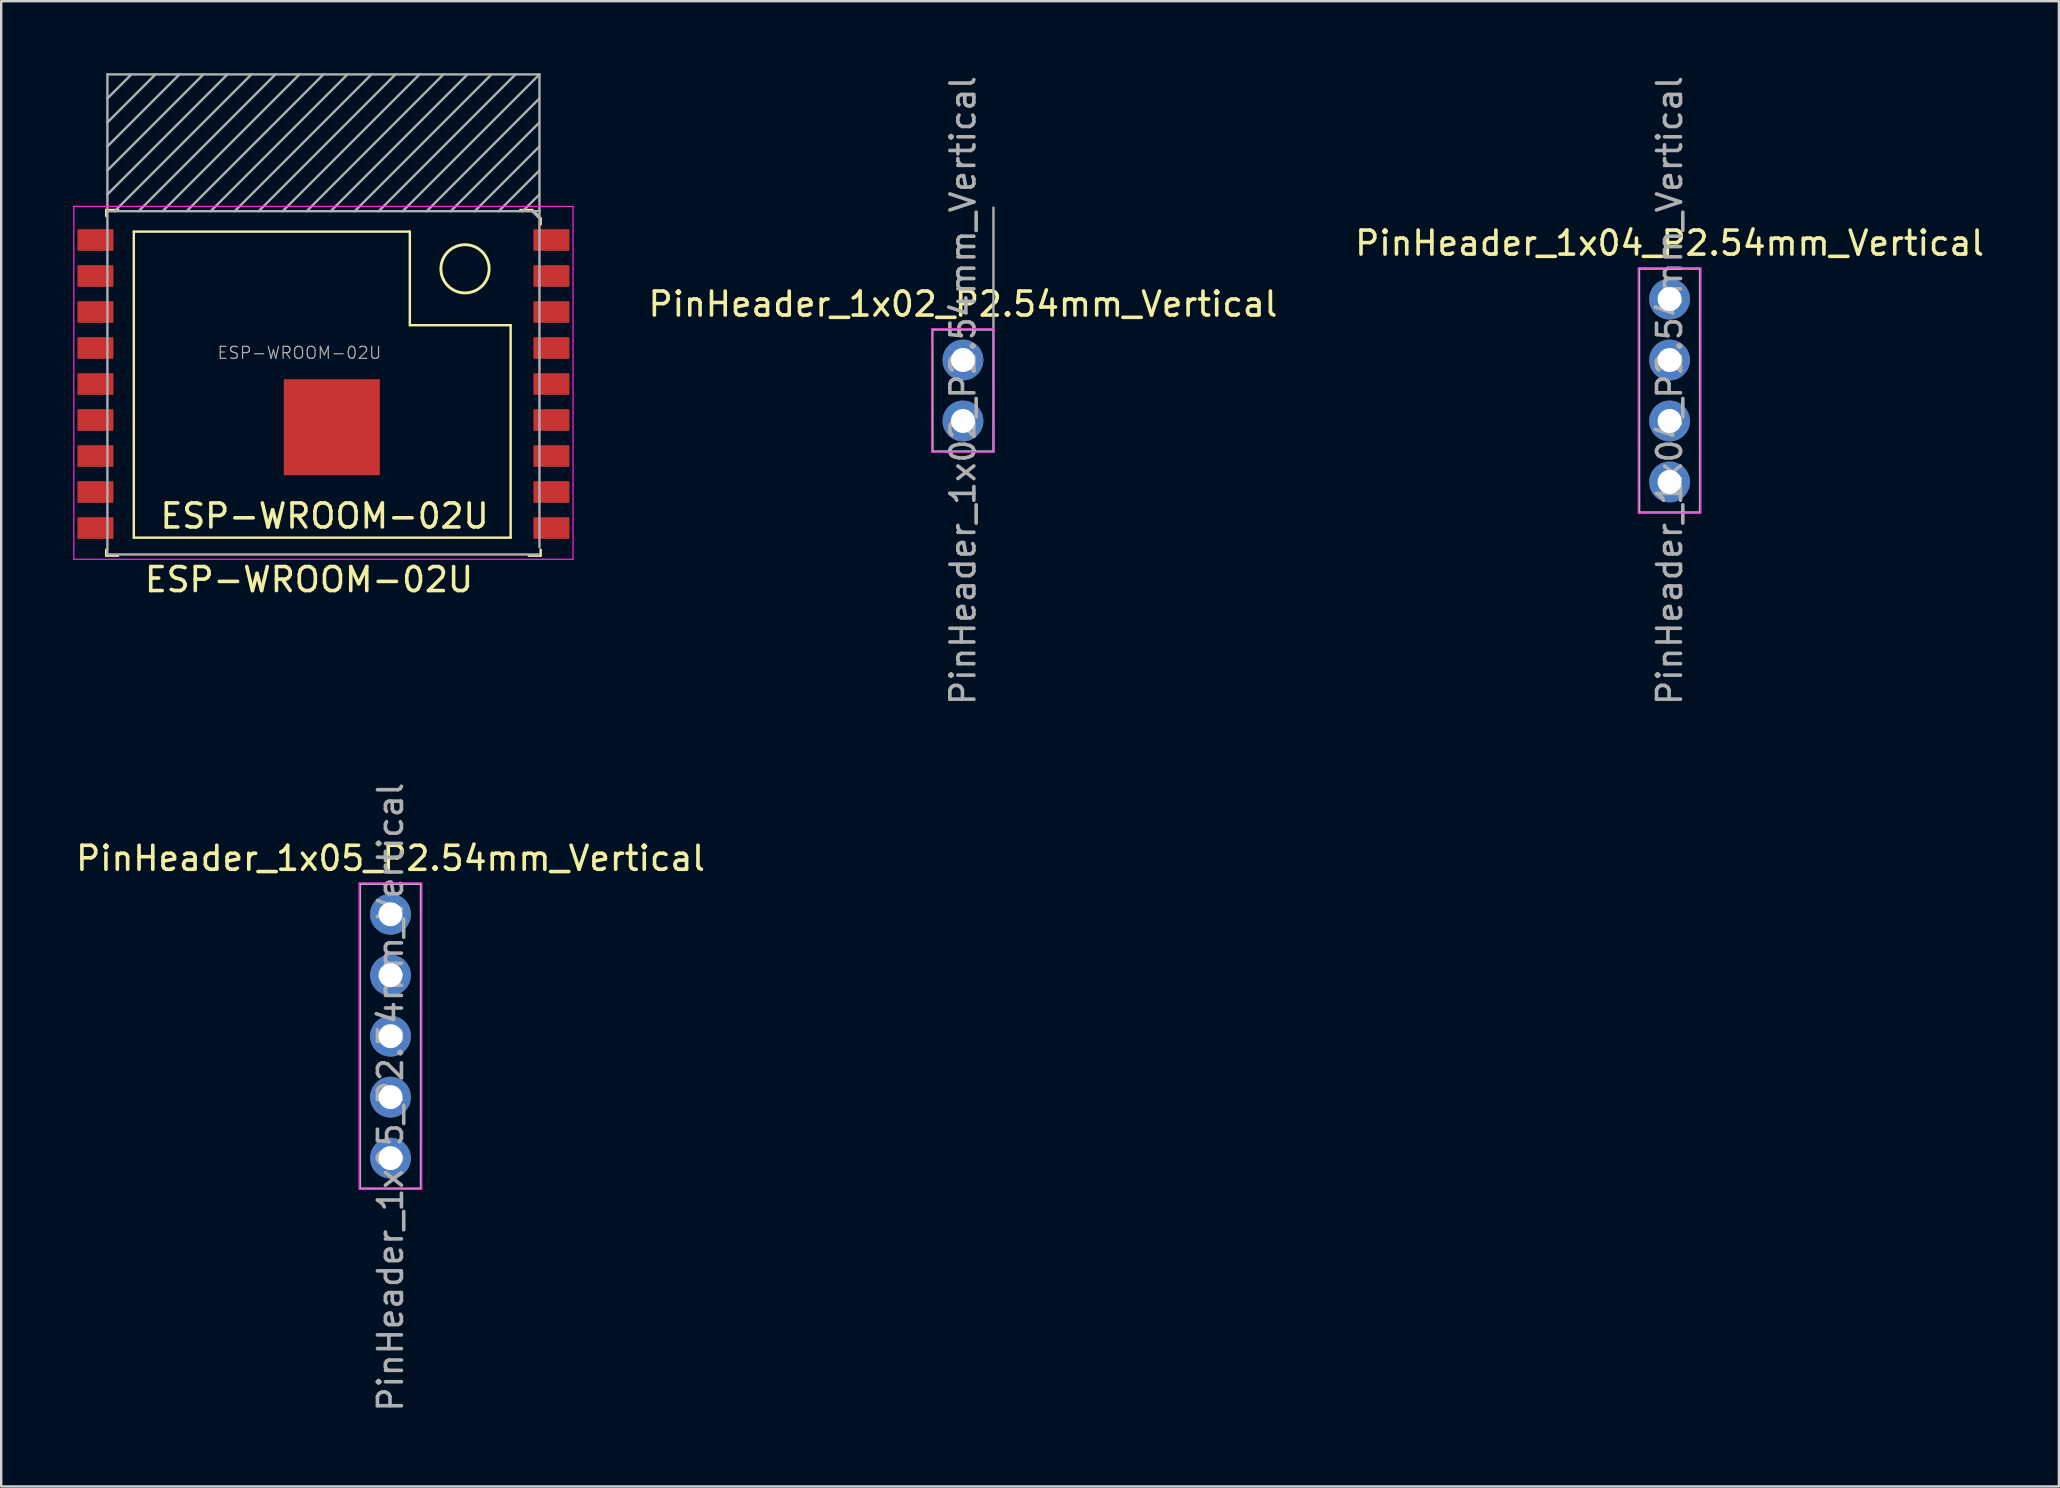
<source format=kicad_pcb>
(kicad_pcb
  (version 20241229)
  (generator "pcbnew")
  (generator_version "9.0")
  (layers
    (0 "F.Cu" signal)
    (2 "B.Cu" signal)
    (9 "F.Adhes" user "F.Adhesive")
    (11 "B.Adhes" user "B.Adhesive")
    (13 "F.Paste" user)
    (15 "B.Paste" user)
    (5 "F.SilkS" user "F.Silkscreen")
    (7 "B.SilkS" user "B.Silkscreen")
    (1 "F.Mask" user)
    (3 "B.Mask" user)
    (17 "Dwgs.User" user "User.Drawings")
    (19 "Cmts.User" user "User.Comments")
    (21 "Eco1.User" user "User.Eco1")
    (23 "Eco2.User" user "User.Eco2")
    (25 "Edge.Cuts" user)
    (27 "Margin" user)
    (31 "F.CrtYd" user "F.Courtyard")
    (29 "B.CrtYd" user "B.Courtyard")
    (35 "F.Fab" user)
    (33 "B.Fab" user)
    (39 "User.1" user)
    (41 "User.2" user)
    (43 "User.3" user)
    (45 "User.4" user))
  (footprint "PinHeader_1x02_P2.54mm_Vertical"
    (layer "F.Cu")
    (at 37.07 11.95)
    (property "Reference" "PinHeader_1x02_P2.54mm_Vertical" (at 0 -2.33 0) (layer "F.SilkS") (effects (font (size 1 1) (thickness 0.15))))
    (attr through_hole)
    (fp_line (start -1.305 3.835) (end 1.295 3.835) (stroke (width 0.05) (type solid)) (layer "F.CrtYd"))
    (fp_line (start -1.3 -1.3) (end -1.305 3.835) (stroke (width 0.05) (type solid)) (layer "F.CrtYd"))
    (fp_line (start 1.295 3.835) (end 1.3 -1.3) (stroke (width 0.05) (type solid)) (layer "F.CrtYd"))
    (fp_line (start 1.3 -1.3) (end -1.3 -1.3) (stroke (width 0.05) (type solid)) (layer "F.CrtYd"))
    (fp_line (start -1.275 -1.27) (end 1.27 -1.27) (stroke (width 0.1) (type solid)) (layer "F.Fab"))
    (fp_line (start -1.27 3.81) (end -1.275 -1.27) (stroke (width 0.1) (type solid)) (layer "F.Fab"))
    (fp_line (start 1.27 -6.35) (end 1.27 3.81) (stroke (width 0.1) (type solid)) (layer "F.Fab"))
    (fp_line (start 1.27 3.81) (end -1.27 3.81) (stroke (width 0.1) (type solid)) (layer "F.Fab"))
    (fp_text user "${REFERENCE}" (at 0 1.27 90) (layer "F.Fab") (effects (font (size 1 1) (thickness 0.15))))
    (pad "1" thru_hole oval (at 0 0) (size 1.7 1.7) (drill 1) (layers "*.Cu" "*.Mask"))
    (pad "2" thru_hole oval (at 0 2.54) (size 1.7 1.7) (drill 1) (layers "*.Cu" "*.Mask")))
  (footprint "ESP-WROOM-02U"
    (layer "F.Cu")
    (at 9.825 12.95)
    (property "Reference" "ESP-WROOM-02U" (at 0 8.15 0) (layer "F.SilkS") (effects (font (size 1 1) (thickness 0.15))))
    (attr smd)
    (fp_line (start -8.45 -7.25) (end -8.45 -7) (stroke (width 0.1) (type solid)) (layer "F.SilkS"))
    (fp_line (start -8.45 -7.25) (end -7.95 -7.25) (stroke (width 0.1) (type solid)) (layer "F.SilkS"))
    (fp_line (start -8.45 6.9) (end -8.45 7.15) (stroke (width 0.1) (type solid)) (layer "F.SilkS"))
    (fp_line (start -8.45 7.15) (end -7.95 7.15) (stroke (width 0.1) (type solid)) (layer "F.SilkS"))
    (fp_line (start -7.3 -6.35) (end 4.2 -6.35) (stroke (width 0.1) (type solid)) (layer "F.SilkS"))
    (fp_line (start -7.3 6.4) (end -7.3 -6.35) (stroke (width 0.1) (type solid)) (layer "F.SilkS"))
    (fp_line (start -7.3 6.4) (end 8.4 6.4) (stroke (width 0.1) (type solid)) (layer "F.SilkS"))
    (fp_line (start 4.2 -6.35) (end 4.2 -2.45) (stroke (width 0.1) (type solid)) (layer "F.SilkS"))
    (fp_line (start 8.4 -2.45) (end 4.2 -2.45) (stroke (width 0.1) (type solid)) (layer "F.SilkS"))
    (fp_line (start 8.4 6.4) (end 8.4 -2.45) (stroke (width 0.1) (type solid)) (layer "F.SilkS"))
    (fp_line (start 8.8 -7.25) (end 9.3 -7.25) (stroke (width 0.1) (type solid)) (layer "F.SilkS"))
    (fp_line (start 9.15 7.15) (end 9.65 7.15) (stroke (width 0.1) (type solid)) (layer "F.SilkS"))
    (fp_line (start 9.3 -7.25) (end 9.65 -6.9) (stroke (width 0.1) (type solid)) (layer "F.SilkS"))
    (fp_line (start 9.65 -6.9) (end 9.65 -6.65) (stroke (width 0.1) (type solid)) (layer "F.SilkS"))
    (fp_line (start 9.65 6.9) (end 9.65 7.15) (stroke (width 0.1) (type solid)) (layer "F.SilkS"))
    (fp_circle (center 6.5 -4.8) (end 6.6 -5.8) (stroke (width 0.12) (type solid)) (fill no) (layer "F.SilkS"))
    (fp_line (start -9.8 -7.4) (end 11 -7.4) (stroke (width 0.05) (type solid)) (layer "F.CrtYd"))
    (fp_line (start -9.8 7.3) (end -9.8 -7.4) (stroke (width 0.05) (type solid)) (layer "F.CrtYd"))
    (fp_line (start 11 -7.4) (end 11 7.3) (stroke (width 0.05) (type solid)) (layer "F.CrtYd"))
    (fp_line (start 11 7.3) (end -9.8 7.3) (stroke (width 0.05) (type solid)) (layer "F.CrtYd"))
    (fp_line (start -8.4 -12.9) (end 9.6 -12.9) (stroke (width 0.1) (type solid)) (layer "F.Fab"))
    (fp_line (start -8.4 -11.9) (end -7.4 -12.9) (stroke (width 0.1) (type solid)) (layer "F.Fab"))
    (fp_line (start -8.4 -10.9) (end -6.4 -12.9) (stroke (width 0.1) (type solid)) (layer "F.Fab"))
    (fp_line (start -8.4 -9.9) (end -5.4 -12.9) (stroke (width 0.1) (type solid)) (layer "F.Fab"))
    (fp_line (start -8.4 -8.9) (end -4.4 -12.9) (stroke (width 0.1) (type solid)) (layer "F.Fab"))
    (fp_line (start -8.4 -7.9) (end -3.4 -12.9) (stroke (width 0.1) (type solid)) (layer "F.Fab"))
    (fp_line (start -8.4 -7.2) (end -8.4 -12.9) (stroke (width 0.1) (type solid)) (layer "F.Fab"))
    (fp_line (start -8.4 -7.2) (end 9.6 -7.2) (stroke (width 0.1) (type solid)) (layer "F.Fab"))
    (fp_line (start -8.4 7.1) (end -8.4 -7.2) (stroke (width 0.1) (type solid)) (layer "F.Fab"))
    (fp_line (start -8.1 -7.2) (end -2.4 -12.9) (stroke (width 0.1) (type solid)) (layer "F.Fab"))
    (fp_line (start -7.1 -7.2) (end -1.4 -12.9) (stroke (width 0.1) (type solid)) (layer "F.Fab"))
    (fp_line (start -6.1 -7.2) (end -0.4 -12.9) (stroke (width 0.1) (type solid)) (layer "F.Fab"))
    (fp_line (start -5.1 -7.2) (end 0.6 -12.9) (stroke (width 0.1) (type solid)) (layer "F.Fab"))
    (fp_line (start -4.1 -7.2) (end 1.6 -12.9) (stroke (width 0.1) (type solid)) (layer "F.Fab"))
    (fp_line (start -3.1 -7.2) (end 2.6 -12.9) (stroke (width 0.1) (type solid)) (layer "F.Fab"))
    (fp_line (start -2.1 -7.2) (end 3.6 -12.9) (stroke (width 0.1) (type solid)) (layer "F.Fab"))
    (fp_line (start -1.1 -7.2) (end 4.6 -12.9) (stroke (width 0.1) (type solid)) (layer "F.Fab"))
    (fp_line (start -0.1 -7.2) (end 5.6 -12.9) (stroke (width 0.1) (type solid)) (layer "F.Fab"))
    (fp_line (start 0.9 -7.2) (end 6.6 -12.9) (stroke (width 0.1) (type solid)) (layer "F.Fab"))
    (fp_line (start 1.9 -7.2) (end 7.6 -12.9) (stroke (width 0.1) (type solid)) (layer "F.Fab"))
    (fp_line (start 2.9 -7.2) (end 8.6 -12.9) (stroke (width 0.1) (type solid)) (layer "F.Fab"))
    (fp_line (start 3.9 -7.2) (end 9.6 -12.9) (stroke (width 0.1) (type solid)) (layer "F.Fab"))
    (fp_line (start 4.9 -7.2) (end 9.6 -11.9) (stroke (width 0.1) (type solid)) (layer "F.Fab"))
    (fp_line (start 5.9 -7.2) (end 9.6 -10.9) (stroke (width 0.1) (type solid)) (layer "F.Fab"))
    (fp_line (start 6.9 -7.2) (end 9.6 -9.9) (stroke (width 0.1) (type solid)) (layer "F.Fab"))
    (fp_line (start 7.9 -7.2) (end 9.6 -8.9) (stroke (width 0.1) (type solid)) (layer "F.Fab"))
    (fp_line (start 8.9 -7.2) (end 9.6 -7.9) (stroke (width 0.1) (type solid)) (layer "F.Fab"))
    (fp_line (start 9.6 -7.2) (end 9.6 -12.9) (stroke (width 0.1) (type solid)) (layer "F.Fab"))
    (fp_line (start 9.6 -7.2) (end 9.6 6.8) (stroke (width 0.1) (type solid)) (layer "F.Fab"))
    (fp_line (start 9.6 -6.9) (end 9.3 -7.2) (stroke (width 0.1) (type solid)) (layer "F.Fab"))
    (fp_line (start 9.6 7.1) (end -8.4 7.1) (stroke (width 0.1) (type solid)) (layer "F.Fab"))
    (fp_text user "ESP-WROOM-02U" (at 0.65 5.5 0) (layer "F.SilkS") (effects (font (size 1 1) (thickness 0.15))))
    (fp_text user "${REFERENCE}" (at -0.4 -1.3 0) (layer "F.Fab") (effects (font (size 0.5 0.5) (thickness 0.05))))
    (pad "1" smd rect (at -8.9 -6) (size 1.5 0.9) (layers "F.Cu" "F.Mask" "F.Paste"))
    (pad "2" smd rect (at -8.9 -4.5) (size 1.5 0.9) (layers "F.Cu" "F.Mask" "F.Paste"))
    (pad "3" smd rect (at -8.9 -3) (size 1.5 0.9) (layers "F.Cu" "F.Mask" "F.Paste"))
    (pad "4" smd rect (at -8.9 -1.5) (size 1.5 0.9) (layers "F.Cu" "F.Mask" "F.Paste"))
    (pad "5" smd rect (at -8.9 0) (size 1.5 0.9) (layers "F.Cu" "F.Mask" "F.Paste"))
    (pad "6" smd rect (at -8.9 1.5) (size 1.5 0.9) (layers "F.Cu" "F.Mask" "F.Paste"))
    (pad "7" smd rect (at -8.9 3) (size 1.5 0.9) (layers "F.Cu" "F.Mask" "F.Paste"))
    (pad "8" smd rect (at -8.9 4.5) (size 1.5 0.9) (layers "F.Cu" "F.Mask" "F.Paste"))
    (pad "9" smd rect (at -8.9 6) (size 1.5 0.9) (layers "F.Cu" "F.Mask" "F.Paste"))
    (pad "10" smd rect (at 10.1 6) (size 1.5 0.9) (layers "F.Cu" "F.Mask" "F.Paste"))
    (pad "11" smd rect (at 10.1 4.5) (size 1.5 0.9) (layers "F.Cu" "F.Mask" "F.Paste"))
    (pad "12" smd rect (at 10.1 3) (size 1.5 0.9) (layers "F.Cu" "F.Mask" "F.Paste"))
    (pad "13" smd rect (at 10.1 1.5) (size 1.5 0.9) (layers "F.Cu" "F.Mask" "F.Paste"))
    (pad "14" smd rect (at 10.1 0) (size 1.5 0.9) (layers "F.Cu" "F.Mask" "F.Paste"))
    (pad "15" smd rect (at 10.1 -1.5) (size 1.5 0.9) (layers "F.Cu" "F.Mask" "F.Paste"))
    (pad "16" smd rect (at 10.1 -3) (size 1.5 0.9) (layers "F.Cu" "F.Mask" "F.Paste"))
    (pad "17" smd rect (at 10.1 -4.5) (size 1.5 0.9) (layers "F.Cu" "F.Mask" "F.Paste"))
    (pad "18" smd rect (at 10.1 -6) (size 1.5 0.9) (layers "F.Cu" "F.Mask" "F.Paste"))
    (pad "19" smd rect (at 0.95 1.8) (size 4 4) (layers "F.Cu" "F.Mask" "F.Paste")))
  (footprint "PinHeader_1x04_P2.54mm_Vertical"
    (layer "F.Cu")
    (at 66.511 9.41)
    (property "Reference" "PinHeader_1x04_P2.54mm_Vertical" (at 0 -2.33 0) (layer "F.SilkS") (effects (font (size 1 1) (thickness 0.15))))
    (attr through_hole)
    (fp_line (start -1.305 8.915) (end 1.295 8.915) (stroke (width 0.05) (type solid)) (layer "F.CrtYd"))
    (fp_line (start -1.3 -1.3) (end -1.305 8.915) (stroke (width 0.05) (type solid)) (layer "F.CrtYd"))
    (fp_line (start 1.295 8.915) (end 1.3 -1.3) (stroke (width 0.05) (type solid)) (layer "F.CrtYd"))
    (fp_line (start 1.3 -1.3) (end -1.3 -1.3) (stroke (width 0.05) (type solid)) (layer "F.CrtYd"))
    (fp_line (start -1.275 -1.27) (end 1.27 -1.27) (stroke (width 0.1) (type solid)) (layer "F.Fab"))
    (fp_line (start -1.27 8.89) (end -1.275 -1.27) (stroke (width 0.1) (type solid)) (layer "F.Fab"))
    (fp_line (start 1.27 -1.27) (end 1.27 8.89) (stroke (width 0.1) (type solid)) (layer "F.Fab"))
    (fp_line (start 1.27 8.89) (end -1.27 8.89) (stroke (width 0.1) (type solid)) (layer "F.Fab"))
    (fp_text user "${REFERENCE}" (at 0 3.81 90) (layer "F.Fab") (effects (font (size 1 1) (thickness 0.15))))
    (pad "1" thru_hole oval (at 0 0) (size 1.7 1.7) (drill 1) (layers "*.Cu" "*.Mask"))
    (pad "2" thru_hole oval (at 0 2.54) (size 1.7 1.7) (drill 1) (layers "*.Cu" "*.Mask"))
    (pad "3" thru_hole oval (at 0 5.08) (size 1.7 1.7) (drill 1) (layers "*.Cu" "*.Mask"))
    (pad "4" thru_hole oval (at 0 7.62) (size 1.7 1.7) (drill 1) (layers "*.Cu" "*.Mask")))
  (footprint "PinHeader_1x05_P2.54mm_Vertical"
    (layer "F.Cu")
    (at 13.22 35.041)
    (property "Reference" "PinHeader_1x05_P2.54mm_Vertical" (at 0 -2.33 0) (layer "F.SilkS") (effects (font (size 1 1) (thickness 0.15))))
    (attr through_hole)
    (fp_line (start -1.3 -1.3) (end -1.3 11.455) (stroke (width 0.05) (type solid)) (layer "F.CrtYd"))
    (fp_line (start -1.3 11.455) (end 1.295 11.455) (stroke (width 0.05) (type solid)) (layer "F.CrtYd"))
    (fp_line (start 1.295 11.455) (end 1.3 -1.3) (stroke (width 0.05) (type solid)) (layer "F.CrtYd"))
    (fp_line (start 1.3 -1.3) (end -1.3 -1.3) (stroke (width 0.05) (type solid)) (layer "F.CrtYd"))
    (fp_line (start -1.275 -1.27) (end 1.27 -1.27) (stroke (width 0.1) (type solid)) (layer "F.Fab"))
    (fp_line (start -1.275 11.43) (end -1.275 -1.27) (stroke (width 0.1) (type solid)) (layer "F.Fab"))
    (fp_line (start 1.27 -1.27) (end 1.27 11.43) (stroke (width 0.1) (type solid)) (layer "F.Fab"))
    (fp_line (start 1.27 11.43) (end -1.27 11.43) (stroke (width 0.1) (type solid)) (layer "F.Fab"))
    (fp_text user "${REFERENCE}" (at 0 7.62 90) (layer "F.Fab") (effects (font (size 1 1) (thickness 0.15))))
    (pad "1" thru_hole oval (at 0 0) (size 1.7 1.7) (drill 1) (layers "*.Cu" "*.Mask"))
    (pad "2" thru_hole oval (at 0 2.54) (size 1.7 1.7) (drill 1) (layers "*.Cu" "*.Mask"))
    (pad "3" thru_hole oval (at 0 5.08) (size 1.7 1.7) (drill 1) (layers "*.Cu" "*.Mask"))
    (pad "4" thru_hole oval (at 0 7.62) (size 1.7 1.7) (drill 1) (layers "*.Cu" "*.Mask"))
    (pad "5" thru_hole oval (at 0 10.16) (size 1.7 1.7) (drill 1) (layers "*.Cu" "*.Mask")))
  (gr_rect
    (start -3 -3)
    (end 82.731 58.881)
    (stroke (width 0.1) (type default))
    (fill no)
    (layer "Edge.Cuts")))
</source>
